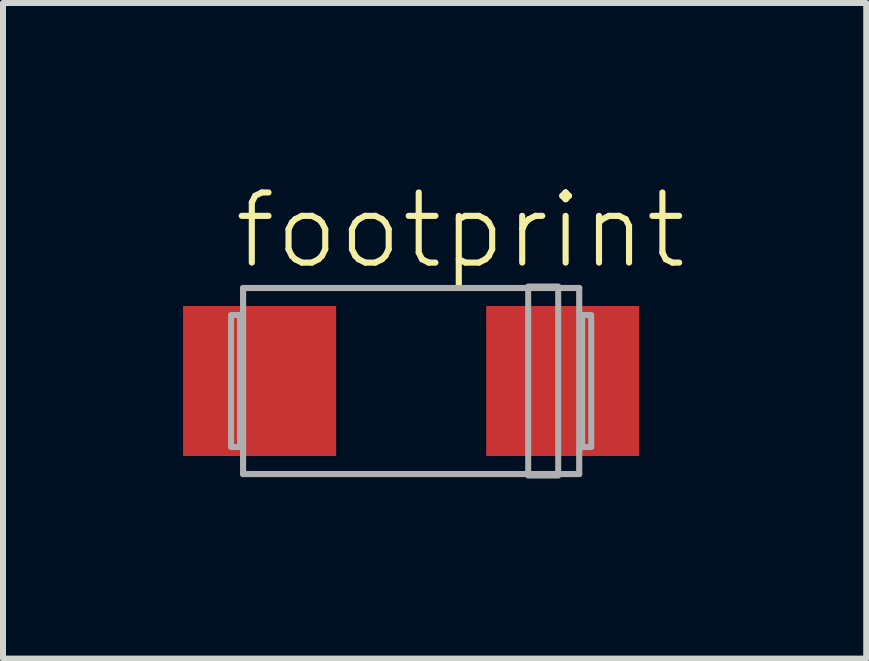
<source format=kicad_pcb>
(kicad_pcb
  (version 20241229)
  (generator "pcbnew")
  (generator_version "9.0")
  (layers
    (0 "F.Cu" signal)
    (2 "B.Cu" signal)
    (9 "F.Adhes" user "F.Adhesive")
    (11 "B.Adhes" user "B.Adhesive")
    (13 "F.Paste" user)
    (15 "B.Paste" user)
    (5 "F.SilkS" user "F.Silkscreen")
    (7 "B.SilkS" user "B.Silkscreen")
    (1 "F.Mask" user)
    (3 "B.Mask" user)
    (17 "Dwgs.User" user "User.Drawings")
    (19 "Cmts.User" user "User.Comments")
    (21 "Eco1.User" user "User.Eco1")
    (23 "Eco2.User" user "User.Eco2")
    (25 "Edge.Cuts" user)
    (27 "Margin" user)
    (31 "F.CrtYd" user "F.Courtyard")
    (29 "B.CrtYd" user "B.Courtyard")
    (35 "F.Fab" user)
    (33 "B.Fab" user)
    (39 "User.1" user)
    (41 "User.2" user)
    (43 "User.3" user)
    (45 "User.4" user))
  (footprint "footprint"
    (layer "F.Cu")
    (at 3.8 3.298)
    (property "Reference" "footprint" (at -3 -1.825 0) (layer "F.SilkS") (effects (font (size 1.168 1.168) (thickness 0.102)) (justify left bottom)))
    (fp_line (start -2.8 -1.55) (end 2.8 -1.55) (stroke (width 0.102) (type solid)) (layer "F.Fab"))
    (fp_line (start -2.8 1.55) (end -2.8 -1.55) (stroke (width 0.102) (type solid)) (layer "F.Fab"))
    (fp_line (start 2.8 -1.55) (end 2.8 1.55) (stroke (width 0.102) (type solid)) (layer "F.Fab"))
    (fp_line (start 2.8 1.55) (end -2.8 1.55) (stroke (width 0.102) (type solid)) (layer "F.Fab"))
    (fp_poly (pts (xy -3 1.1) (xy -2.85 1.1) (xy -2.85 -1.1) (xy -3 -1.1)) (stroke (width 0.1) (type solid)) (fill no) (layer "F.Fab"))
    (fp_poly (pts (xy 1.95 1.575) (xy 2.45 1.575) (xy 2.45 -1.575) (xy 1.95 -1.575)) (stroke (width 0.1) (type solid)) (fill no) (layer "F.Fab"))
    (fp_poly (pts (xy 2.85 1.1) (xy 3 1.1) (xy 3 -1.1) (xy 2.85 -1.1)) (stroke (width 0.1) (type solid)) (fill no) (layer "F.Fab"))
    (pad "+" smd rect (at 2.525 0) (size 2.55 2.5) (layers "F.Cu" "F.Mask" "F.Paste"))
    (pad "-" smd rect (at -2.525 0) (size 2.55 2.5) (layers "F.Cu" "F.Mask" "F.Paste")))
  (gr_rect
    (start -3 -3)
    (end 11.382 7.923)
    (stroke (width 0.1) (type default))
    (fill no)
    (layer "Edge.Cuts")))
</source>
